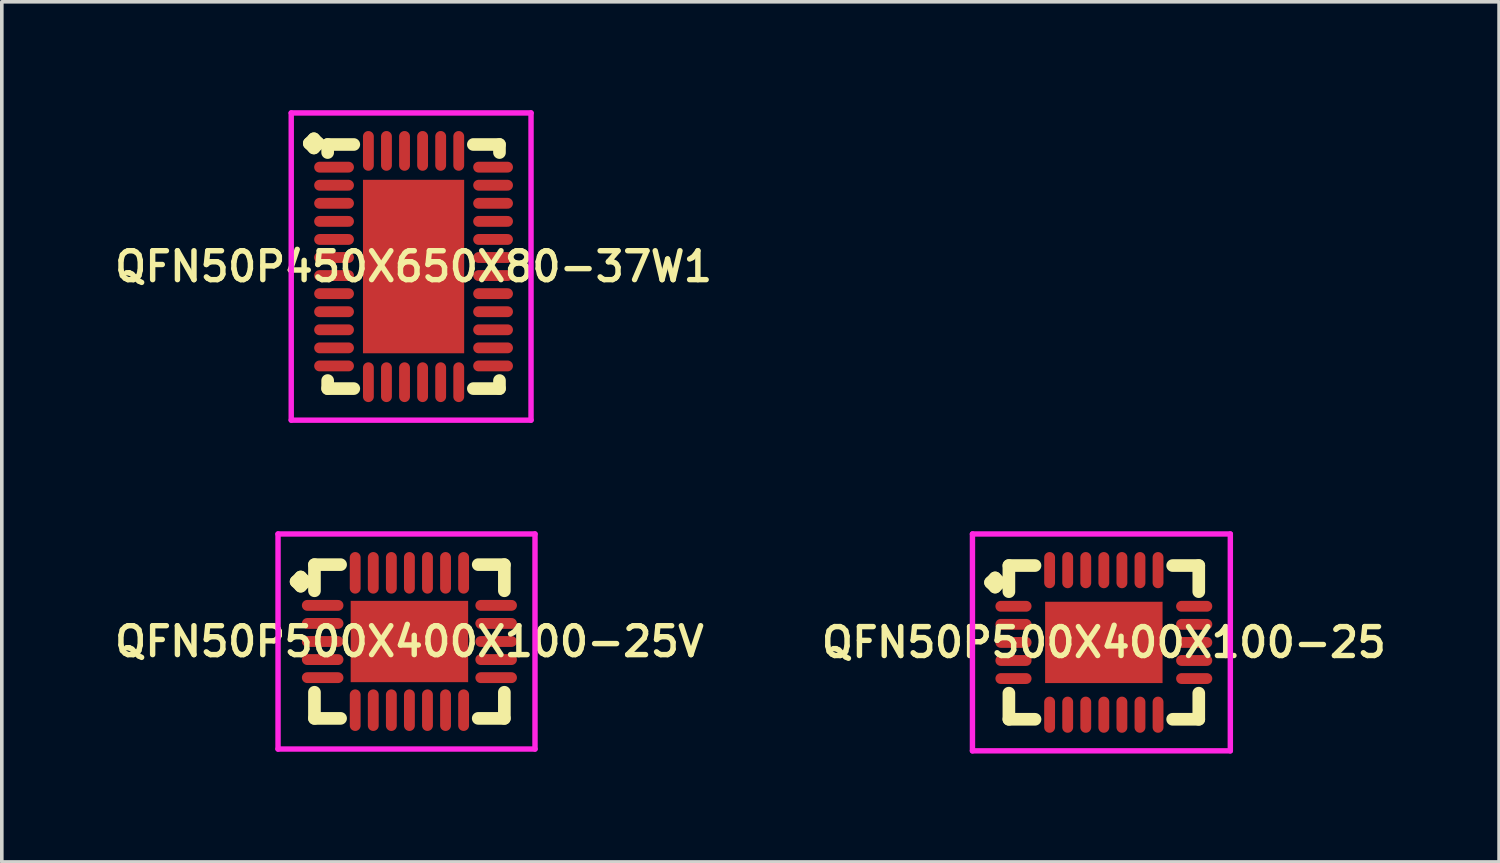
<source format=kicad_pcb>
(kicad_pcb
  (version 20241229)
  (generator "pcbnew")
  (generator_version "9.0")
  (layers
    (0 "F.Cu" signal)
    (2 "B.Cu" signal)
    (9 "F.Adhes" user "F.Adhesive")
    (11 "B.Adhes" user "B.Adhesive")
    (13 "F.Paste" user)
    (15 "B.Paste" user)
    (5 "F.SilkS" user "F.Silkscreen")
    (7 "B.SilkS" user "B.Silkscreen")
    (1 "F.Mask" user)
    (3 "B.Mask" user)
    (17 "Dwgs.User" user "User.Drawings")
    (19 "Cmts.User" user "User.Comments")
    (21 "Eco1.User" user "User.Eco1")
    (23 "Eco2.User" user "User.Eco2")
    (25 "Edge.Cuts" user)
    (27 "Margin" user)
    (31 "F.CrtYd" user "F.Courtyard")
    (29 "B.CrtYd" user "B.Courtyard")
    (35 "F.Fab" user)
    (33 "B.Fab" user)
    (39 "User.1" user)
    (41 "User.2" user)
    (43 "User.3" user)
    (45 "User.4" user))
  (footprint "QFN50P500X400X100-25V"
    (layer "F.Cu")
    (at 8.278 14.7)
    (property "Reference" "QFN50P500X400X100-25V" (at 0 0 0) (layer "F.SilkS") (effects (font (size 0.8 0.8) (thickness 0.15))))
    (attr smd)
    (fp_line (start -3.135 -1.658) (end -3.008 -1.785) (stroke (width 0.35) (type solid)) (layer "F.SilkS"))
    (fp_line (start -3.008 -1.785) (end -2.881 -1.658) (stroke (width 0.35) (type solid)) (layer "F.SilkS"))
    (fp_line (start -3.008 -1.531) (end -3.135 -1.658) (stroke (width 0.35) (type solid)) (layer "F.SilkS"))
    (fp_line (start -2.881 -1.658) (end -3.008 -1.531) (stroke (width 0.35) (type solid)) (layer "F.SilkS"))
    (fp_line (start -2.627 -2.127) (end -1.904 -2.127) (stroke (width 0.35) (type solid)) (layer "F.SilkS"))
    (fp_line (start -2.627 -1.404) (end -2.627 -2.127) (stroke (width 0.35) (type solid)) (layer "F.SilkS"))
    (fp_line (start -2.627 1.404) (end -2.627 2.127) (stroke (width 0.35) (type solid)) (layer "F.SilkS"))
    (fp_line (start -2.627 2.127) (end -1.904 2.127) (stroke (width 0.35) (type solid)) (layer "F.SilkS"))
    (fp_line (start 1.904 -2.127) (end 2.627 -2.127) (stroke (width 0.35) (type solid)) (layer "F.SilkS"))
    (fp_line (start 1.904 2.127) (end 2.627 2.127) (stroke (width 0.35) (type solid)) (layer "F.SilkS"))
    (fp_line (start 2.627 -2.127) (end 2.627 -1.404) (stroke (width 0.35) (type solid)) (layer "F.SilkS"))
    (fp_line (start 2.627 2.127) (end 2.627 1.404) (stroke (width 0.35) (type solid)) (layer "F.SilkS"))
    (fp_line (start -3.635 -2.975) (end 3.475 -2.975) (stroke (width 0.15) (type solid)) (layer "F.CrtYd"))
    (fp_line (start -3.635 2.975) (end -3.635 -2.975) (stroke (width 0.15) (type solid)) (layer "F.CrtYd"))
    (fp_line (start 3.475 -2.975) (end 3.475 2.975) (stroke (width 0.15) (type solid)) (layer "F.CrtYd"))
    (fp_line (start 3.475 2.975) (end -3.635 2.975) (stroke (width 0.15) (type solid)) (layer "F.CrtYd"))
    (pad "1" smd oval (at -2.4 -1) (size 1.15 0.3) (layers "F.Cu" "F.Mask" "F.Paste"))
    (pad "2" smd oval (at -2.4 -0.5) (size 1.15 0.3) (layers "F.Cu" "F.Mask" "F.Paste"))
    (pad "3" smd oval (at -2.4 0) (size 1.15 0.3) (layers "F.Cu" "F.Mask" "F.Paste"))
    (pad "4" smd oval (at -2.4 0.5) (size 1.15 0.3) (layers "F.Cu" "F.Mask" "F.Paste"))
    (pad "5" smd oval (at -2.4 1) (size 1.15 0.3) (layers "F.Cu" "F.Mask" "F.Paste"))
    (pad "6" smd oval (at -1.5 1.9) (size 0.3 1.15) (layers "F.Cu" "F.Mask" "F.Paste"))
    (pad "7" smd oval (at -1 1.9) (size 0.3 1.15) (layers "F.Cu" "F.Mask" "F.Paste"))
    (pad "8" smd oval (at -0.5 1.9) (size 0.3 1.15) (layers "F.Cu" "F.Mask" "F.Paste"))
    (pad "9" smd oval (at 0 1.9) (size 0.3 1.15) (layers "F.Cu" "F.Mask" "F.Paste"))
    (pad "10" smd oval (at 0.5 1.9) (size 0.3 1.15) (layers "F.Cu" "F.Mask" "F.Paste"))
    (pad "11" smd oval (at 1 1.9) (size 0.3 1.15) (layers "F.Cu" "F.Mask" "F.Paste"))
    (pad "12" smd oval (at 1.5 1.9) (size 0.3 1.15) (layers "F.Cu" "F.Mask" "F.Paste"))
    (pad "13" smd oval (at 2.4 1) (size 1.15 0.3) (layers "F.Cu" "F.Mask" "F.Paste"))
    (pad "14" smd oval (at 2.4 0.5) (size 1.15 0.3) (layers "F.Cu" "F.Mask" "F.Paste"))
    (pad "15" smd oval (at 2.4 0) (size 1.15 0.3) (layers "F.Cu" "F.Mask" "F.Paste"))
    (pad "16" smd oval (at 2.4 -0.5) (size 1.15 0.3) (layers "F.Cu" "F.Mask" "F.Paste"))
    (pad "17" smd oval (at 2.4 -1) (size 1.15 0.3) (layers "F.Cu" "F.Mask" "F.Paste"))
    (pad "18" smd oval (at 1.5 -1.9) (size 0.3 1.15) (layers "F.Cu" "F.Mask" "F.Paste"))
    (pad "19" smd oval (at 1 -1.9) (size 0.3 1.15) (layers "F.Cu" "F.Mask" "F.Paste"))
    (pad "20" smd oval (at 0.5 -1.9) (size 0.3 1.15) (layers "F.Cu" "F.Mask" "F.Paste"))
    (pad "21" smd oval (at 0 -1.9) (size 0.3 1.15) (layers "F.Cu" "F.Mask" "F.Paste"))
    (pad "22" smd oval (at -0.5 -1.9) (size 0.3 1.15) (layers "F.Cu" "F.Mask" "F.Paste"))
    (pad "23" smd oval (at -1 -1.9) (size 0.3 1.15) (layers "F.Cu" "F.Mask" "F.Paste"))
    (pad "24" smd oval (at -1.5 -1.9) (size 0.3 1.15) (layers "F.Cu" "F.Mask" "F.Paste"))
    (pad "25" smd rect (at 0 0) (size 3.25 2.25) (layers "F.Cu" "F.Mask" "F.Paste")))
  (footprint "QFN50P500X400X100-25"
    (layer "F.Cu")
    (at 27.492 14.725)
    (property "Reference" "QFN50P500X400X100-25" (at 0 0 0) (layer "F.SilkS") (effects (font (size 0.8 0.8) (thickness 0.15))))
    (attr smd)
    (fp_line (start -3.135 -1.658) (end -3.008 -1.785) (stroke (width 0.35) (type solid)) (layer "F.SilkS"))
    (fp_line (start -3.008 -1.785) (end -2.881 -1.658) (stroke (width 0.35) (type solid)) (layer "F.SilkS"))
    (fp_line (start -3.008 -1.531) (end -3.135 -1.658) (stroke (width 0.35) (type solid)) (layer "F.SilkS"))
    (fp_line (start -2.881 -1.658) (end -3.008 -1.531) (stroke (width 0.35) (type solid)) (layer "F.SilkS"))
    (fp_line (start -2.627 -2.127) (end -1.904 -2.127) (stroke (width 0.35) (type solid)) (layer "F.SilkS"))
    (fp_line (start -2.627 -1.404) (end -2.627 -2.127) (stroke (width 0.35) (type solid)) (layer "F.SilkS"))
    (fp_line (start -2.627 1.404) (end -2.627 2.127) (stroke (width 0.35) (type solid)) (layer "F.SilkS"))
    (fp_line (start -2.627 2.127) (end -1.904 2.127) (stroke (width 0.35) (type solid)) (layer "F.SilkS"))
    (fp_line (start 1.904 -2.127) (end 2.627 -2.127) (stroke (width 0.35) (type solid)) (layer "F.SilkS"))
    (fp_line (start 1.904 2.127) (end 2.627 2.127) (stroke (width 0.35) (type solid)) (layer "F.SilkS"))
    (fp_line (start 2.627 -2.127) (end 2.627 -1.404) (stroke (width 0.35) (type solid)) (layer "F.SilkS"))
    (fp_line (start 2.627 2.127) (end 2.627 1.404) (stroke (width 0.35) (type solid)) (layer "F.SilkS"))
    (fp_line (start -3.635 -3) (end 3.5 -3) (stroke (width 0.15) (type solid)) (layer "F.CrtYd"))
    (fp_line (start -3.635 3) (end -3.635 -3) (stroke (width 0.15) (type solid)) (layer "F.CrtYd"))
    (fp_line (start 3.5 -3) (end 3.5 3) (stroke (width 0.15) (type solid)) (layer "F.CrtYd"))
    (fp_line (start 3.5 3) (end -3.635 3) (stroke (width 0.15) (type solid)) (layer "F.CrtYd"))
    (pad "1" smd oval (at -2.5 -1) (size 1 0.3) (layers "F.Cu" "F.Mask" "F.Paste"))
    (pad "2" smd oval (at -2.5 -0.5) (size 1 0.3) (layers "F.Cu" "F.Mask" "F.Paste"))
    (pad "3" smd oval (at -2.5 0) (size 1 0.3) (layers "F.Cu" "F.Mask" "F.Paste"))
    (pad "4" smd oval (at -2.5 0.5) (size 1 0.3) (layers "F.Cu" "F.Mask" "F.Paste"))
    (pad "5" smd oval (at -2.5 1) (size 1 0.3) (layers "F.Cu" "F.Mask" "F.Paste"))
    (pad "6" smd oval (at -1.5 2) (size 0.3 1) (layers "F.Cu" "F.Mask" "F.Paste"))
    (pad "7" smd oval (at -1 2) (size 0.3 1) (layers "F.Cu" "F.Mask" "F.Paste"))
    (pad "8" smd oval (at -0.5 2) (size 0.3 1) (layers "F.Cu" "F.Mask" "F.Paste"))
    (pad "9" smd oval (at 0 2) (size 0.3 1) (layers "F.Cu" "F.Mask" "F.Paste"))
    (pad "10" smd oval (at 0.5 2) (size 0.3 1) (layers "F.Cu" "F.Mask" "F.Paste"))
    (pad "11" smd oval (at 1 2) (size 0.3 1) (layers "F.Cu" "F.Mask" "F.Paste"))
    (pad "12" smd oval (at 1.5 2) (size 0.3 1) (layers "F.Cu" "F.Mask" "F.Paste"))
    (pad "13" smd oval (at 2.5 1) (size 1 0.3) (layers "F.Cu" "F.Mask" "F.Paste"))
    (pad "14" smd oval (at 2.5 0.5) (size 1 0.3) (layers "F.Cu" "F.Mask" "F.Paste"))
    (pad "15" smd oval (at 2.5 0) (size 1 0.3) (layers "F.Cu" "F.Mask" "F.Paste"))
    (pad "16" smd oval (at 2.5 -0.5) (size 1 0.3) (layers "F.Cu" "F.Mask" "F.Paste"))
    (pad "17" smd oval (at 2.5 -1) (size 1 0.3) (layers "F.Cu" "F.Mask" "F.Paste"))
    (pad "18" smd oval (at 1.5 -2) (size 0.3 1) (layers "F.Cu" "F.Mask" "F.Paste"))
    (pad "19" smd oval (at 1 -2) (size 0.3 1) (layers "F.Cu" "F.Mask" "F.Paste"))
    (pad "20" smd oval (at 0.5 -2) (size 0.3 1) (layers "F.Cu" "F.Mask" "F.Paste"))
    (pad "21" smd oval (at 0 -2) (size 0.3 1) (layers "F.Cu" "F.Mask" "F.Paste"))
    (pad "22" smd oval (at -0.5 -2) (size 0.3 1) (layers "F.Cu" "F.Mask" "F.Paste"))
    (pad "23" smd oval (at -1 -2) (size 0.3 1) (layers "F.Cu" "F.Mask" "F.Paste"))
    (pad "24" smd oval (at -1.5 -2) (size 0.3 1) (layers "F.Cu" "F.Mask" "F.Paste"))
    (pad "25" smd rect (at 0 0) (size 3.25 2.25) (layers "F.Cu" "F.Mask" "F.Paste")))
  (footprint "QFN50P450X650X80-37W1"
    (layer "F.Cu")
    (at 8.393 4.325)
    (property "Reference" "QFN50P450X650X80-37W1" (at 0 0 0) (layer "F.SilkS") (effects (font (size 0.8 0.8) (thickness 0.15))))
    (attr smd)
    (fp_line (start -2.885 -3.408) (end -2.758 -3.535) (stroke (width 0.35) (type solid)) (layer "F.SilkS"))
    (fp_line (start -2.758 -3.535) (end -2.631 -3.408) (stroke (width 0.35) (type solid)) (layer "F.SilkS"))
    (fp_line (start -2.758 -3.281) (end -2.885 -3.408) (stroke (width 0.35) (type solid)) (layer "F.SilkS"))
    (fp_line (start -2.631 -3.408) (end -2.758 -3.281) (stroke (width 0.35) (type solid)) (layer "F.SilkS"))
    (fp_line (start -2.377 -3.377) (end -1.654 -3.377) (stroke (width 0.35) (type solid)) (layer "F.SilkS"))
    (fp_line (start -2.377 -3.154) (end -2.377 -3.377) (stroke (width 0.35) (type solid)) (layer "F.SilkS"))
    (fp_line (start -2.377 3.154) (end -2.377 3.377) (stroke (width 0.35) (type solid)) (layer "F.SilkS"))
    (fp_line (start -2.377 3.377) (end -1.654 3.377) (stroke (width 0.35) (type solid)) (layer "F.SilkS"))
    (fp_line (start 1.654 -3.377) (end 2.377 -3.377) (stroke (width 0.35) (type solid)) (layer "F.SilkS"))
    (fp_line (start 1.654 3.377) (end 2.377 3.377) (stroke (width 0.35) (type solid)) (layer "F.SilkS"))
    (fp_line (start 2.377 -3.377) (end 2.377 -3.154) (stroke (width 0.35) (type solid)) (layer "F.SilkS"))
    (fp_line (start 2.377 3.377) (end 2.377 3.154) (stroke (width 0.35) (type solid)) (layer "F.SilkS"))
    (fp_line (start -3.385 -4.25) (end 3.25 -4.25) (stroke (width 0.15) (type solid)) (layer "F.CrtYd"))
    (fp_line (start -3.385 4.25) (end -3.385 -4.25) (stroke (width 0.15) (type solid)) (layer "F.CrtYd"))
    (fp_line (start 3.25 -4.25) (end 3.25 4.25) (stroke (width 0.15) (type solid)) (layer "F.CrtYd"))
    (fp_line (start 3.25 4.25) (end -3.385 4.25) (stroke (width 0.15) (type solid)) (layer "F.CrtYd"))
    (pad "1" smd oval (at -2.2 -2.75) (size 1.1 0.3) (layers "F.Cu" "F.Mask" "F.Paste"))
    (pad "2" smd oval (at -2.2 -2.25) (size 1.1 0.3) (layers "F.Cu" "F.Mask" "F.Paste"))
    (pad "3" smd oval (at -2.2 -1.75) (size 1.1 0.3) (layers "F.Cu" "F.Mask" "F.Paste"))
    (pad "4" smd oval (at -2.2 -1.25) (size 1.1 0.3) (layers "F.Cu" "F.Mask" "F.Paste"))
    (pad "5" smd oval (at -2.2 -0.75) (size 1.1 0.3) (layers "F.Cu" "F.Mask" "F.Paste"))
    (pad "6" smd oval (at -2.2 -0.25) (size 1.1 0.3) (layers "F.Cu" "F.Mask" "F.Paste"))
    (pad "7" smd oval (at -2.2 0.25) (size 1.1 0.3) (layers "F.Cu" "F.Mask" "F.Paste"))
    (pad "8" smd oval (at -2.2 0.75) (size 1.1 0.3) (layers "F.Cu" "F.Mask" "F.Paste"))
    (pad "9" smd oval (at -2.2 1.25) (size 1.1 0.3) (layers "F.Cu" "F.Mask" "F.Paste"))
    (pad "10" smd oval (at -2.2 1.75) (size 1.1 0.3) (layers "F.Cu" "F.Mask" "F.Paste"))
    (pad "11" smd oval (at -2.2 2.25) (size 1.1 0.3) (layers "F.Cu" "F.Mask" "F.Paste"))
    (pad "12" smd oval (at -2.2 2.75) (size 1.1 0.3) (layers "F.Cu" "F.Mask" "F.Paste"))
    (pad "13" smd oval (at -1.25 3.2) (size 0.3 1.1) (layers "F.Cu" "F.Mask" "F.Paste"))
    (pad "14" smd oval (at -0.75 3.2) (size 0.3 1.1) (layers "F.Cu" "F.Mask" "F.Paste"))
    (pad "15" smd oval (at -0.25 3.2) (size 0.3 1.1) (layers "F.Cu" "F.Mask" "F.Paste"))
    (pad "16" smd oval (at 0.25 3.2) (size 0.3 1.1) (layers "F.Cu" "F.Mask" "F.Paste"))
    (pad "17" smd oval (at 0.75 3.2) (size 0.3 1.1) (layers "F.Cu" "F.Mask" "F.Paste"))
    (pad "18" smd oval (at 1.25 3.2) (size 0.3 1.1) (layers "F.Cu" "F.Mask" "F.Paste"))
    (pad "19" smd oval (at 2.2 2.75) (size 1.1 0.3) (layers "F.Cu" "F.Mask" "F.Paste"))
    (pad "20" smd oval (at 2.2 2.25) (size 1.1 0.3) (layers "F.Cu" "F.Mask" "F.Paste"))
    (pad "21" smd oval (at 2.2 1.75) (size 1.1 0.3) (layers "F.Cu" "F.Mask" "F.Paste"))
    (pad "22" smd oval (at 2.2 1.25) (size 1.1 0.3) (layers "F.Cu" "F.Mask" "F.Paste"))
    (pad "23" smd oval (at 2.2 0.75) (size 1.1 0.3) (layers "F.Cu" "F.Mask" "F.Paste"))
    (pad "24" smd oval (at 2.2 0.25) (size 1.1 0.3) (layers "F.Cu" "F.Mask" "F.Paste"))
    (pad "25" smd oval (at 2.2 -0.25) (size 1.1 0.3) (layers "F.Cu" "F.Mask" "F.Paste"))
    (pad "26" smd oval (at 2.2 -0.75) (size 1.1 0.3) (layers "F.Cu" "F.Mask" "F.Paste"))
    (pad "27" smd oval (at 2.2 -1.25) (size 1.1 0.3) (layers "F.Cu" "F.Mask" "F.Paste"))
    (pad "28" smd oval (at 2.2 -1.75) (size 1.1 0.3) (layers "F.Cu" "F.Mask" "F.Paste"))
    (pad "29" smd oval (at 2.2 -2.25) (size 1.1 0.3) (layers "F.Cu" "F.Mask" "F.Paste"))
    (pad "30" smd oval (at 2.2 -2.75) (size 1.1 0.3) (layers "F.Cu" "F.Mask" "F.Paste"))
    (pad "31" smd oval (at 1.25 -3.2) (size 0.3 1.1) (layers "F.Cu" "F.Mask" "F.Paste"))
    (pad "32" smd oval (at 0.75 -3.2) (size 0.3 1.1) (layers "F.Cu" "F.Mask" "F.Paste"))
    (pad "33" smd oval (at 0.25 -3.2) (size 0.3 1.1) (layers "F.Cu" "F.Mask" "F.Paste"))
    (pad "34" smd oval (at -0.25 -3.2) (size 0.3 1.1) (layers "F.Cu" "F.Mask" "F.Paste"))
    (pad "35" smd oval (at -0.75 -3.2) (size 0.3 1.1) (layers "F.Cu" "F.Mask" "F.Paste"))
    (pad "36" smd oval (at -1.25 -3.2) (size 0.3 1.1) (layers "F.Cu" "F.Mask" "F.Paste"))
    (pad "37" smd rect (at 0 0) (size 2.8 4.8) (layers "F.Cu" "F.Mask" "F.Paste")))
  (gr_rect
    (start -3 -3)
    (end 38.428 20.8)
    (stroke (width 0.1) (type default))
    (fill no)
    (layer "Edge.Cuts")))
</source>
